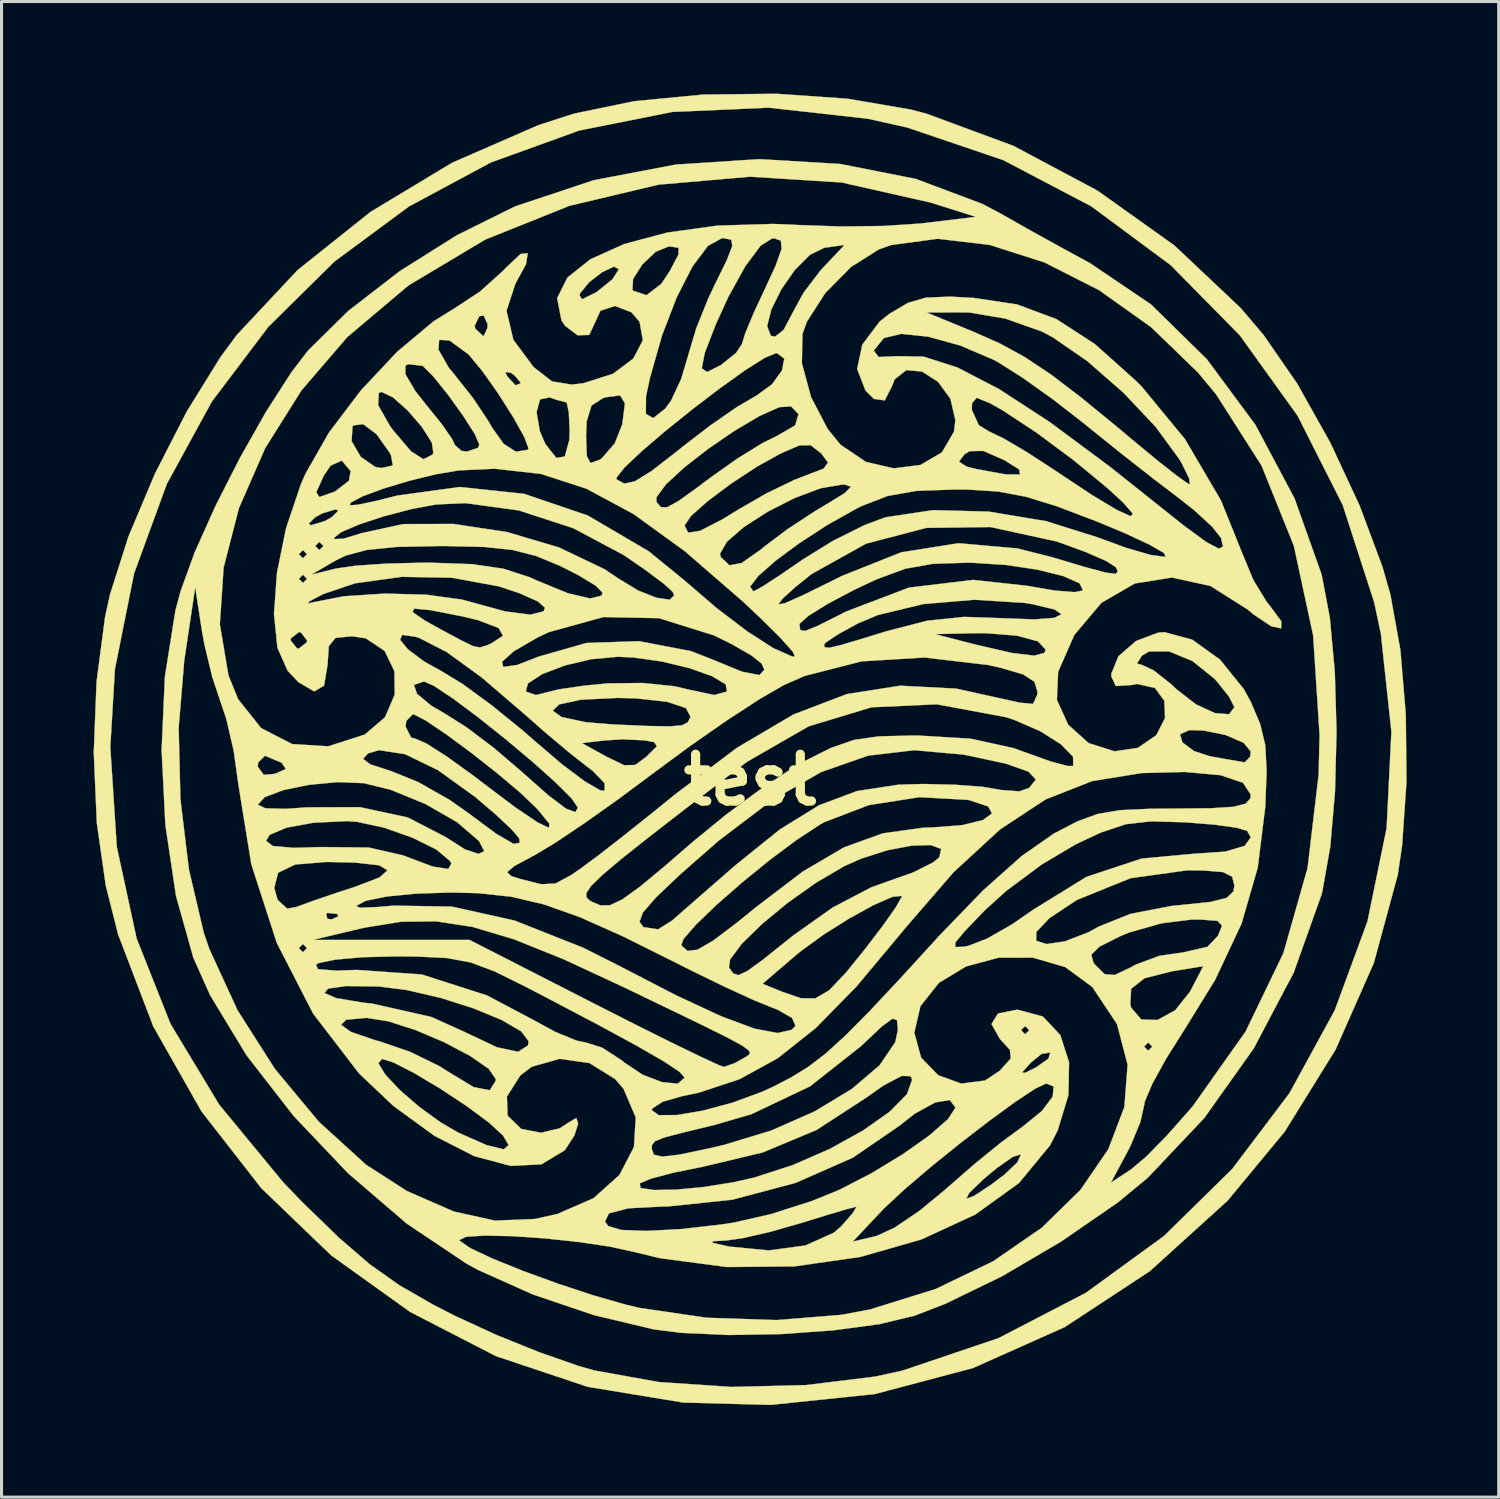
<source format=kicad_pcb>
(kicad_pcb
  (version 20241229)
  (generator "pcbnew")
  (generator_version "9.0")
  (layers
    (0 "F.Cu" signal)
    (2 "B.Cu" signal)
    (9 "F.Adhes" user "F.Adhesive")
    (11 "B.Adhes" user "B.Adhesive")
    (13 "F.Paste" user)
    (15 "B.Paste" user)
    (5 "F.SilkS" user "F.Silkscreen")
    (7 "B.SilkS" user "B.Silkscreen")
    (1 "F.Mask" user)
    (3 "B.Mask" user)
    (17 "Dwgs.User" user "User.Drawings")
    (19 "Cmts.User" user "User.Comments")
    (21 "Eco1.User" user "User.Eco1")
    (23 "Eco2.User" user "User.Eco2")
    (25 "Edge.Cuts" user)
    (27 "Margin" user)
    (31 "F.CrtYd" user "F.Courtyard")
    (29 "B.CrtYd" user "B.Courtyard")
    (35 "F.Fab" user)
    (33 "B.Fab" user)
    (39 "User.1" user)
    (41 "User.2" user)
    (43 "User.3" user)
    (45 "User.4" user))
  (footprint "test"
    (layer "F.Cu")
    (at 21.391 22.358)
    (property "Reference" "test" (at 0 0 0) (layer "F.SilkS") (effects (font (size 1.524 1.524) (thickness 0.3))))
    (attr through_hole)
    (fp_poly (pts (xy 3.173 -22.191) (xy 5.229 -21.839) (xy 5.733 -21.707) (xy 8.581 -20.654) (xy 11.316 -19.196) (xy 13.821 -17.411) (xy 15.976 -15.376) (xy 16.724 -14.497) (xy 17.824 -12.906) (xy 18.901 -10.983) (xy 19.859 -8.926) (xy 20.602 -6.932) (xy 20.857 -6.04) (xy 21.184 -4.229) (xy 21.36 -2.12) (xy 21.381 0.072) (xy 21.24 2.13) (xy 21.098 3.092) (xy 20.319 5.963) (xy 19.07 8.791) (xy 17.413 11.462) (xy 15.553 13.71) (xy 13.018 16.008) (xy 10.249 17.827) (xy 7.259 19.162) (xy 4.06 20.01) (xy 0.667 20.363) (xy -2.179 20.287) (xy -5.299 19.773) (xy -8.282 18.775) (xy -11.079 17.335) (xy -13.643 15.498) (xy -15.924 13.307) (xy -17.875 10.804) (xy -19.447 8.033) (xy -20.592 5.038) (xy -20.994 3.451) (xy -21.287 1.4) (xy -21.386 -0.889) (xy -21.379 -1.069) (xy -20.848 -1.069) (xy -20.636 2.18) (xy -19.99 5.167) (xy -18.887 7.948) (xy -17.303 10.577) (xy -15.215 13.112) (xy -14.572 13.777) (xy -13.392 14.923) (xy -12.398 15.78) (xy -11.431 16.465) (xy -10.331 17.097) (xy -9.625 17.459) (xy -8.296 18.072) (xy -6.872 18.648) (xy -5.581 19.098) (xy -5.08 19.241) (xy -2.976 19.619) (xy -0.604 19.778) (xy 1.818 19.718) (xy 4.071 19.441) (xy 4.97 19.244) (xy 8.09 18.188) (xy 10.938 16.711) (xy 13.485 14.858) (xy 15.705 12.675) (xy 17.568 10.209) (xy 19.046 7.506) (xy 20.111 4.61) (xy 20.735 1.57) (xy 20.89 -1.571) (xy 20.547 -4.765) (xy 20.331 -5.779) (xy 19.306 -8.951) (xy 17.833 -11.865) (xy 15.952 -14.483) (xy 13.701 -16.768) (xy 11.12 -18.682) (xy 8.248 -20.19) (xy 5.123 -21.252) (xy 3.832 -21.54) (xy 0.609 -21.9) (xy -2.538 -21.761) (xy -5.569 -21.156) (xy -8.441 -20.119) (xy -11.115 -18.684) (xy -13.549 -16.885) (xy -15.703 -14.755) (xy -17.536 -12.33) (xy -19.006 -9.642) (xy -20.073 -6.725) (xy -20.696 -3.614) (xy -20.848 -1.069) (xy -21.379 -1.069) (xy -21.295 -3.2) (xy -21.017 -5.312) (xy -20.857 -6.04) (xy -20.255 -7.931) (xy -19.39 -9.981) (xy -18.359 -11.995) (xy -17.259 -13.773) (xy -16.724 -14.497) (xy -14.745 -16.61) (xy -12.367 -18.506) (xy -9.711 -20.106) (xy -6.895 -21.333) (xy -5.733 -21.707) (xy -3.783 -22.111) (xy -1.523 -22.327) (xy 0.859 -22.353) (xy 3.173 -22.191)) (stroke (width 0.01) (type solid)) (fill yes) (layer "F.SilkS"))
    (fp_poly (pts (xy 2.932 -20.066) (xy 5.392 -19.58) (xy 7.567 -18.764) (xy 8.16 -18.449) (xy 9.16 -17.883) (xy 10.322 -17.241) (xy 11.062 -16.841) (xy 13.057 -15.491) (xy 14.877 -13.706) (xy 16.458 -11.57) (xy 17.734 -9.171) (xy 18.619 -6.684) (xy 18.885 -5.279) (xy 19.047 -3.521) (xy 19.103 -1.58) (xy 19.054 0.373) (xy 18.9 2.168) (xy 18.641 3.633) (xy 18.612 3.743) (xy 17.707 6.281) (xy 16.404 8.752) (xy 14.789 11.023) (xy 12.95 12.965) (xy 11.984 13.763) (xy 10.134 15.039) (xy 8.199 16.175) (xy 6.351 17.072) (xy 5.358 17.456) (xy 4.211 17.732) (xy 2.706 17.934) (xy 1.015 18.056) (xy -0.69 18.086) (xy -2.235 18.017) (xy -3.145 17.902) (xy -5.094 17.437) (xy -7.083 16.764) (xy -8.857 15.97) (xy -9.241 15.761) (xy -10.39 14.991) (xy -9.474 14.991) (xy -9.466 15.014) (xy -9.124 15.253) (xy -8.393 15.598) (xy -7.397 16) (xy -6.259 16.415) (xy -5.104 16.796) (xy -4.054 17.097) (xy -3.609 17.203) (xy -1.419 17.524) (xy 0.853 17.6) (xy 2.983 17.428) (xy 3.916 17.251) (xy 6.042 16.587) (xy 7.913 15.686) (xy 9.496 14.595) (xy 10.758 13.362) (xy 11.668 12.033) (xy 12.191 10.657) (xy 12.296 9.281) (xy 12.142 8.689) (xy 12.834 8.689) (xy 12.967 8.823) (xy 13.101 8.689) (xy 12.967 8.556) (xy 12.834 8.689) (xy 12.142 8.689) (xy 11.949 7.952) (xy 11.527 7.319) (xy 12.383 7.319) (xy 12.412 7.421) (xy 12.744 7.808) (xy 13.271 7.822) (xy 13.849 7.504) (xy 14.335 6.893) (xy 14.342 6.879) (xy 14.76 6.071) (xy 13.753 6.234) (xy 12.848 6.462) (xy 12.412 6.805) (xy 12.383 7.319) (xy 11.527 7.319) (xy 11.147 6.748) (xy 10.265 6.099) (xy 9.21 5.791) (xy 8.094 5.793) (xy 7.035 6.077) (xy 6.148 6.613) (xy 5.547 7.37) (xy 5.347 8.237) (xy 5.568 9.048) (xy 6.127 9.623) (xy 6.874 9.895) (xy 7.654 9.795) (xy 8.042 9.536) (xy 8.854 9.536) (xy 8.957 9.544) (xy 9.314 9.367) (xy 9.719 9.08) (xy 9.775 8.884) (xy 9.495 8.927) (xy 9.151 9.205) (xy 8.854 9.536) (xy 8.042 9.536) (xy 8.136 9.472) (xy 8.488 9.077) (xy 8.462 8.796) (xy 8.138 8.443) (xy 7.974 8.155) (xy 8.823 8.155) (xy 8.957 8.288) (xy 9.091 8.155) (xy 8.957 8.021) (xy 8.823 8.155) (xy 7.974 8.155) (xy 7.862 7.956) (xy 8.072 7.613) (xy 8.705 7.486) (xy 9.535 7.71) (xy 10.104 8.314) (xy 10.389 9.201) (xy 10.367 10.272) (xy 10.015 11.429) (xy 9.765 11.912) (xy 8.758 13.134) (xy 7.333 14.162) (xy 5.58 14.972) (xy 3.587 15.543) (xy 1.444 15.85) (xy -0.761 15.871) (xy -2.938 15.584) (xy -3.743 15.388) (xy -4.575 15.206) (xy -5.598 15.054) (xy -5.796 15.033) (xy -1.231 15.033) (xy -1.212 15.085) (xy -0.688 15.205) (xy 0.606 15.33) (xy 1.801 15.169) (xy 2.081 15.043) (xy 3.342 15.043) (xy 4.126 14.857) (xy 4.709 14.586) (xy 5.503 14.049) (xy 5.994 13.646) (xy 7.041 13.646) (xy 7.294 13.554) (xy 7.836 13.199) (xy 8.284 12.86) (xy 8.703 12.463) (xy 8.82 12.208) (xy 8.813 12.2) (xy 8.555 12.283) (xy 8.039 12.644) (xy 7.614 12.997) (xy 7.131 13.464) (xy 7.041 13.646) (xy 5.994 13.646) (xy 6.344 13.359) (xy 6.394 13.313) (xy 7.29 12.531) (xy 8.192 11.798) (xy 8.886 11.29) (xy 9.504 10.787) (xy 9.857 10.318) (xy 9.887 9.988) (xy 9.642 9.893) (xy 9.295 10.054) (xy 8.644 10.485) (xy 7.791 11.107) (xy 6.837 11.842) (xy 5.885 12.61) (xy 5.035 13.334) (xy 4.39 13.933) (xy 4.278 14.048) (xy 3.342 15.043) (xy 2.081 15.043) (xy 2.73 14.751) (xy 2.965 14.546) (xy 3.341 14.115) (xy 3.464 13.91) (xy 3.456 13.907) (xy 3.162 13.982) (xy 2.503 14.177) (xy 1.647 14.441) (xy 0.651 14.725) (xy -0.24 14.93) (xy -0.759 15.004) (xy -1.231 15.033) (xy -5.796 15.033) (xy -6.694 14.938) (xy -7.746 14.866) (xy -8.639 14.846) (xy -9.254 14.885) (xy -9.474 14.991) (xy -10.39 14.991) (xy -11.192 14.455) (xy -11.268 14.389) (xy -4.731 14.389) (xy -4.627 14.534) (xy -4.206 14.663) (xy -3.374 14.695) (xy -2.247 14.635) (xy -0.939 14.485) (xy -0.535 14.424) (xy 0.684 14.146) (xy 2.023 13.716) (xy 2.9 13.359) (xy 3.957 12.813) (xy 4.972 12.196) (xy 5.837 11.585) (xy 6.443 11.055) (xy 6.684 10.684) (xy 6.684 10.672) (xy 6.502 10.43) (xy 6.027 10.509) (xy 5.364 10.874) (xy 4.862 11.268) (xy 3.342 12.31) (xy 1.473 13.132) (xy -0.588 13.679) (xy -2.682 13.898) (xy -2.858 13.9) (xy -3.971 13.958) (xy -4.602 14.124) (xy -4.731 14.389) (xy -11.268 14.389) (xy -13.102 12.815) (xy -14.872 10.953) (xy -16.404 8.981) (xy -17.598 7.011) (xy -18.143 5.789) (xy -18.706 3.784) (xy -19.053 1.472) (xy -19.176 -0.968) (xy -19.143 -1.698) (xy -18.62 -1.698) (xy -18.563 0.634) (xy -18.286 2.921) (xy -17.807 4.963) (xy -17.624 5.504) (xy -16.703 7.505) (xy -15.482 9.421) (xy -14.055 11.137) (xy -12.517 12.537) (xy -11.189 13.393) (xy -9.657 14.063) (xy -8.32 14.359) (xy -7.017 14.306) (xy -6.283 14.144) (xy -5.104 13.629) (xy -4.563 13.144) (xy -3.596 13.144) (xy -3.574 13.296) (xy -3.142 13.362) (xy -2.416 13.35) (xy -1.515 13.264) (xy -0.554 13.111) (xy 0.124 12.959) (xy 1.386 12.551) (xy 2.601 12.02) (xy 3.684 11.42) (xy 4.548 10.809) (xy 5.107 10.241) (xy 5.275 9.773) (xy 5.232 9.654) (xy 4.936 9.644) (xy 4.339 9.959) (xy 3.8 10.34) (xy 2.162 11.406) (xy 0.409 12.138) (xy -1.549 12.605) (xy -2.493 12.796) (xy -3.231 12.991) (xy -3.596 13.144) (xy -4.563 13.144) (xy -4.258 12.87) (xy -3.819 12.023) (xy -3.208 12.023) (xy -3.14 12.211) (xy -2.871 12.275) (xy -2.31 12.21) (xy -1.363 12.012) (xy -0.861 11.895) (xy 0.689 11.424) (xy 2.109 10.797) (xy 3.312 10.07) (xy 4.214 9.301) (xy 4.727 8.546) (xy 4.813 8.137) (xy 4.782 7.825) (xy 4.633 7.78) (xy 4.282 8.039) (xy 3.645 8.641) (xy 3.609 8.676) (xy 1.949 9.985) (xy 0.041 10.892) (xy -1.203 11.253) (xy -2.212 11.495) (xy -2.809 11.654) (xy -3.102 11.773) (xy -3.199 11.894) (xy -3.208 12.023) (xy -3.819 12.023) (xy -3.787 11.962) (xy -3.729 10.996) (xy -3.829 10.761) (xy -3.208 10.761) (xy -2.98 10.923) (xy -2.378 10.919) (xy -1.529 10.774) (xy -0.561 10.512) (xy 0.4 10.157) (xy 0.739 10.002) (xy 1.348 9.687) (xy 1.898 9.346) (xy 2.458 8.917) (xy 3.097 8.336) (xy 3.883 7.543) (xy 4.885 6.474) (xy 5.598 5.694) (xy 11.112 5.694) (xy 11.185 5.959) (xy 11.23 6.017) (xy 11.549 6.33) (xy 11.88 6.356) (xy 12.425 6.096) (xy 12.566 6.016) (xy 13.335 5.732) (xy 14.094 5.624) (xy 14.896 5.44) (xy 15.24 5.08) (xy 15.372 4.747) (xy 15.223 4.593) (xy 14.685 4.551) (xy 14.38 4.551) (xy 13.396 4.674) (xy 12.344 4.973) (xy 12.067 5.087) (xy 11.378 5.434) (xy 11.112 5.694) (xy 5.598 5.694) (xy 5.824 5.447) (xy 6.682 5.447) (xy 6.957 5.436) (xy 7.108 5.408) (xy 7.537 5.242) (xy 9.319 5.242) (xy 9.658 5.349) (xy 10.252 5.262) (xy 11.015 4.967) (xy 11.356 4.781) (xy 12.384 4.367) (xy 13.724 4.108) (xy 14.045 4.076) (xy 14.995 3.977) (xy 15.524 3.844) (xy 15.744 3.636) (xy 15.775 3.439) (xy 15.703 3.155) (xy 15.407 3.005) (xy 14.763 2.951) (xy 14.237 2.947) (xy 12.393 3.203) (xy 10.645 3.911) (xy 9.749 4.505) (xy 9.321 4.956) (xy 9.319 5.242) (xy 7.537 5.242) (xy 7.717 5.172) (xy 8.535 4.705) (xy 9.205 4.24) (xy 10.955 3.16) (xy 12.757 2.564) (xy 14.47 2.406) (xy 15.479 2.338) (xy 16.112 2.15) (xy 16.309 1.869) (xy 16.188 1.661) (xy 15.852 1.56) (xy 15.133 1.46) (xy 14.186 1.383) (xy 14.144 1.381) (xy 13.053 1.351) (xy 12.234 1.445) (xy 11.427 1.715) (xy 10.616 2.094) (xy 9.493 2.76) (xy 8.341 3.618) (xy 7.662 4.232) (xy 7 4.917) (xy 6.685 5.298) (xy 6.682 5.447) (xy 5.824 5.447) (xy 6.172 5.066) (xy 6.174 5.064) (xy 7.582 3.607) (xy 8.846 2.481) (xy 9.898 1.747) (xy 9.917 1.737) (xy 10.667 1.349) (xy 11.321 1.111) (xy 12.055 0.987) (xy 13.042 0.941) (xy 13.836 0.936) (xy 15.009 0.924) (xy 15.745 0.877) (xy 16.14 0.777) (xy 16.293 0.606) (xy 16.309 0.48) (xy 16.057 0.096) (xy 15.324 -0.153) (xy 14.153 -0.258) (xy 12.754 -0.222) (xy 11.141 0.039) (xy 9.625 0.636) (xy 8.141 1.613) (xy 6.624 3.011) (xy 5.012 4.874) (xy 4.936 4.97) (xy 3.458 6.737) (xy 2.138 8.084) (xy 0.897 9.069) (xy -0.344 9.75) (xy -1.662 10.187) (xy -2.206 10.302) (xy -2.849 10.485) (xy -3.191 10.707) (xy -3.208 10.761) (xy -3.829 10.761) (xy -4.125 10.067) (xy -4.399 9.747) (xy -5.239 9.225) (xy -6.207 9.088) (xy -7.113 9.344) (xy -7.486 9.625) (xy -7.926 10.317) (xy -7.903 10.94) (xy -7.46 11.371) (xy -6.818 11.497) (xy -6.204 11.352) (xy -5.936 11.176) (xy -5.666 11.016) (xy -5.603 11.2) (xy -5.728 11.587) (xy -6.021 12.037) (xy -6.057 12.077) (xy -6.802 12.525) (xy -7.802 12.577) (xy -8.986 12.26) (xy -10.283 11.6) (xy -11.622 10.625) (xy -12.74 9.568) (xy -12.998 9.232) (xy -12.114 9.232) (xy -11.892 9.598) (xy -11.419 10.101) (xy -10.784 10.652) (xy -10.079 11.163) (xy -9.51 11.493) (xy -8.584 11.901) (xy -8.027 12.037) (xy -7.869 11.898) (xy -8.055 11.584) (xy -8.511 11.165) (xy -9.241 10.625) (xy -10.101 10.057) (xy -10.948 9.551) (xy -11.636 9.2) (xy -11.992 9.091) (xy -12.114 9.232) (xy -12.998 9.232) (xy -13.961 7.978) (xy -13.329 7.978) (xy -13.012 8.209) (xy -12.233 8.477) (xy -12.069 8.52) (xy -11.075 8.862) (xy -10.131 9.323) (xy -9.863 9.494) (xy -9.008 10.01) (xy -8.485 10.112) (xy -8.29 9.803) (xy -8.288 9.748) (xy -8.521 9.412) (xy -9.128 8.991) (xy -9.968 8.548) (xy -10.903 8.15) (xy -11.794 7.864) (xy -12.499 7.754) (xy -13.164 7.815) (xy -13.329 7.978) (xy -13.961 7.978) (xy -14.238 7.618) (xy -14.584 6.945) (xy -13.869 6.945) (xy -13.485 7.111) (xy -12.588 7.261) (xy -12.318 7.288) (xy -10.388 7.724) (xy -9.31 8.211) (xy -8.255 8.71) (xy -7.559 8.858) (xy -7.239 8.652) (xy -7.219 8.512) (xy -7.461 8.192) (xy -8.103 7.819) (xy -9.021 7.441) (xy -10.088 7.102) (xy -11.179 6.849) (xy -12.098 6.731) (xy -13.161 6.717) (xy -13.756 6.801) (xy -13.869 6.945) (xy -14.584 6.945) (xy -15.061 6.016) (xy -14.145 6.016) (xy -14.083 6.166) (xy -13.497 6.215) (xy -12.803 6.192) (xy -10.699 6.34) (xy -8.579 7.021) (xy -7.148 7.777) (xy -6.345 8.213) (xy -5.654 8.496) (xy -5.358 8.556) (xy -4.822 8.725) (xy -4.181 9.14) (xy -4.092 9.216) (xy -3.5 9.609) (xy -2.869 9.849) (xy -2.362 9.896) (xy -2.142 9.711) (xy -2.141 9.692) (xy -2.302 9.511) (xy -2.805 9.176) (xy -3.681 8.67) (xy -4.963 7.974) (xy -6.683 7.069) (xy -7.353 6.721) (xy -8.326 6.24) (xy -9.095 5.951) (xy -9.871 5.805) (xy -10.86 5.755) (xy -11.55 5.75) (xy -12.632 5.778) (xy -13.514 5.856) (xy -14.057 5.967) (xy -14.145 6.016) (xy -15.061 6.016) (xy -15.336 5.481) (xy -14.705 5.481) (xy -14.572 5.615) (xy -14.438 5.481) (xy -14.572 5.347) (xy -14.705 5.481) (xy -15.336 5.481) (xy -15.424 5.309) (xy -15.455 5.214) (xy -14.248 5.214) (xy -9.144 5.214) (xy -5.091 7.286) (xy -3.747 7.968) (xy -2.569 8.555) (xy -1.639 9.007) (xy -1.04 9.284) (xy -0.854 9.354) (xy -0.491 9.223) (xy -0.275 9.101) (xy -0.108 9.006) (xy -0.008 8.925) (xy -0.034 8.824) (xy -0.245 8.667) (xy -0.701 8.417) (xy -1.458 8.039) (xy -2.577 7.497) (xy -4.116 6.756) (xy -4.144 6.742) (xy -6.097 5.836) (xy -7.697 5.193) (xy -9.043 4.791) (xy -10.235 4.608) (xy -11.373 4.622) (xy -12.556 4.813) (xy -12.806 4.87) (xy -14.248 5.214) (xy -15.455 5.214) (xy -15.729 4.367) (xy -13.814 4.367) (xy -13.777 4.526) (xy -13.636 4.545) (xy -13.416 4.447) (xy -13.458 4.367) (xy -13.775 4.335) (xy -13.814 4.367) (xy -15.729 4.367) (xy -16.005 3.516) (xy -15.505 3.516) (xy -15.4 3.905) (xy -15.081 4.197) (xy -14.77 4.138) (xy -14.687 4.107) (xy -12.84 4.107) (xy -12.717 4.166) (xy -12.143 4.142) (xy -11.626 4.097) (xy -9.723 4.129) (xy -7.68 4.581) (xy -5.443 5.468) (xy -4.285 6.051) (xy -2.416 7.018) (xy -0.954 7.698) (xy 0.137 8.104) (xy 0.895 8.248) (xy 1.354 8.143) (xy 1.475 8.014) (xy 1.367 7.759) (xy 0.884 7.482) (xy 0.755 7.434) (xy 0.12 7.176) (xy -0.826 6.743) (xy -1.03 6.643) (xy 0.401 6.643) (xy 1.069 6.914) (xy 1.662 7.116) (xy 2.123 7.118) (xy 2.571 6.858) (xy 3.125 6.275) (xy 3.713 5.548) (xy 4.317 4.758) (xy 4.75 4.143) (xy 4.938 3.808) (xy 4.937 3.779) (xy 4.631 3.811) (xy 4.019 4.08) (xy 3.233 4.512) (xy 2.402 5.034) (xy 1.657 5.574) (xy 1.471 5.727) (xy 0.401 6.643) (xy -1.03 6.643) (xy -1.918 6.211) (xy -2.117 6.111) (xy -0.692 6.111) (xy -0.553 6.308) (xy -0.385 6.362) (xy -0.095 6.229) (xy 0.41 5.862) (xy 1.222 5.214) (xy 1.402 5.069) (xy 2.694 4.155) (xy 3.943 3.502) (xy 4.456 3.318) (xy 5.299 3.02) (xy 5.947 2.697) (xy 6.16 2.528) (xy 6.222 2.249) (xy 5.886 2.124) (xy 5.265 2.142) (xy 4.47 2.293) (xy 3.613 2.567) (xy 3.06 2.814) (xy 2.149 3.348) (xy 1.226 4.002) (xy 0.388 4.693) (xy -0.271 5.337) (xy -0.653 5.848) (xy -0.692 6.111) (xy -2.117 6.111) (xy -2.403 5.966) (xy -3.562 5.389) (xy -2.247 5.389) (xy -2.042 5.572) (xy -1.72 5.534) (xy -1.205 5.237) (xy -0.416 4.64) (xy 0.179 4.156) (xy 1.713 2.987) (xy 3.055 2.2) (xy 4.322 1.742) (xy 5.632 1.559) (xy 5.911 1.551) (xy 6.905 1.476) (xy 7.578 1.311) (xy 7.878 1.094) (xy 7.754 0.866) (xy 7.156 0.665) (xy 7.08 0.65) (xy 5.513 0.564) (xy 3.871 0.821) (xy 2.415 1.376) (xy 2.273 1.456) (xy 1.51 1.957) (xy 0.631 2.615) (xy -0.271 3.348) (xy -1.101 4.076) (xy -1.766 4.715) (xy -2.173 5.186) (xy -2.247 5.389) (xy -3.562 5.389) (xy -4.141 5.101) (xy -5.213 4.622) (xy -3.608 4.622) (xy -3.48 4.798) (xy -2.999 4.869) (xy -2.544 4.582) (xy -2.079 4.175) (xy -1.359 3.547) (xy -0.534 2.828) (xy -0.467 2.77) (xy 0.974 1.61) (xy 2.245 0.827) (xy 3.484 0.363) (xy 4.827 0.158) (xy 5.615 0.134) (xy 6.669 0.159) (xy 7.567 0.225) (xy 8.128 0.319) (xy 8.155 0.328) (xy 8.772 0.374) (xy 9.091 0.261) (xy 9.306 -0.012) (xy 9.064 -0.27) (xy 8.34 -0.526) (xy 7.108 -0.792) (xy 6.929 -0.825) (xy 5.35 -0.967) (xy 3.837 -0.788) (xy 2.317 -0.257) (xy 0.72 0.656) (xy -1.028 1.981) (xy -2.273 3.073) (xy -3.066 3.826) (xy -3.494 4.319) (xy -3.608 4.622) (xy -5.213 4.622) (xy -5.538 4.477) (xy -6.71 4.059) (xy -7.773 3.809) (xy -8.842 3.691) (xy -9.114 3.685) (xy -5.338 3.685) (xy -5.333 3.833) (xy -5.213 3.941) (xy -5.167 3.967) (xy -4.874 4.091) (xy -4.567 4.083) (xy -4.165 3.894) (xy -3.589 3.479) (xy -2.759 2.79) (xy -1.872 2.021) (xy -0.79 1.136) (xy 0.369 0.28) (xy 1.411 -0.405) (xy 1.738 -0.593) (xy 2.632 -1.042) (xy 3.378 -1.301) (xy 4.193 -1.418) (xy 5.293 -1.445) (xy 5.481 -1.444) (xy 7.187 -1.341) (xy 8.572 -1.037) (xy 9.01 -0.88) (xy 9.79 -0.6) (xy 10.348 -0.452) (xy 10.525 -0.455) (xy 10.518 -0.757) (xy 10.12 -1.163) (xy 9.444 -1.589) (xy 8.601 -1.955) (xy 8.323 -2.045) (xy 6.08 -2.462) (xy 3.95 -2.364) (xy 1.903 -1.744) (xy -0.09 -0.597) (xy -0.451 -0.33) (xy -2.072 0.912) (xy -3.311 1.872) (xy -4.213 2.589) (xy -4.822 3.103) (xy -5.182 3.455) (xy -5.338 3.685) (xy -9.114 3.685) (xy -9.759 3.669) (xy -10.867 3.705) (xy -11.842 3.8) (xy -12.499 3.934) (xy -12.566 3.959) (xy -12.84 4.107) (xy -14.687 4.107) (xy -14.261 3.949) (xy -13.455 3.674) (xy -12.868 3.483) (xy -12.077 3.179) (xy -11.884 3.007) (xy -7.919 3.007) (xy -7.779 3.137) (xy -7.486 3.23) (xy -6.801 3.402) (xy -6.341 3.375) (xy -5.836 3.103) (xy -5.522 2.888) (xy -4.959 2.47) (xy -4.115 1.814) (xy -3.122 1.022) (xy -2.442 0.47) (xy -0.426 -1.049) (xy 1.409 -2.13) (xy 3.151 -2.795) (xy 4.888 -3.068) (xy 6.709 -2.973) (xy 8.701 -2.534) (xy 8.756 -2.518) (xy 9.216 -2.475) (xy 9.356 -2.785) (xy 9.358 -2.873) (xy 9.261 -3.196) (xy 8.895 -3.436) (xy 8.15 -3.655) (xy 7.756 -3.743) (xy 5.679 -3.986) (xy 3.631 -3.862) (xy 1.773 -3.386) (xy 1.092 -3.087) (xy 0.304 -2.631) (xy -0.76 -1.938) (xy -1.96 -1.102) (xy -3.12 -0.246) (xy -4.277 0.615) (xy -5.396 1.409) (xy -6.349 2.048) (xy -7.011 2.445) (xy -7.019 2.449) (xy -7.683 2.806) (xy -7.919 3.007) (xy -11.884 3.007) (xy -11.816 2.946) (xy -12.082 2.784) (xy -12.876 2.694) (xy -13.8 2.674) (xy -14.825 2.757) (xy -15.38 3.027) (xy -15.505 3.516) (xy -16.005 3.516) (xy -16.254 2.746) (xy -16.378 1.981) (xy -15.775 1.981) (xy -15.557 2.153) (xy -14.88 2.215) (xy -13.966 2.188) (xy -12.426 2.205) (xy -11.3 2.461) (xy -11.226 2.492) (xy -10.347 2.823) (xy -9.835 2.903) (xy -9.735 2.725) (xy -9.776 2.646) (xy -10.222 2.27) (xy -11.005 1.882) (xy -11.935 1.555) (xy -12.822 1.365) (xy -13.134 1.343) (xy -14.226 1.397) (xy -15.105 1.556) (xy -15.653 1.79) (xy -15.775 1.981) (xy -16.378 1.981) (xy -16.568 0.808) (xy -16.042 0.808) (xy -15.797 0.926) (xy -15.132 0.945) (xy -14.447 0.895) (xy -12.714 0.889) (xy -11.155 1.224) (xy -9.91 1.868) (xy -9.891 1.882) (xy -9.294 2.262) (xy -8.85 2.412) (xy -8.665 2.322) (xy -8.836 1.99) (xy -9.552 1.377) (xy -10.582 0.785) (xy -11.714 0.321) (xy -12.591 0.107) (xy -13.437 0.073) (xy -14.359 0.159) (xy -15.203 0.332) (xy -15.816 0.562) (xy -16.042 0.808) (xy -16.568 0.808) (xy -16.677 0.134) (xy -16.755 -0.426) (xy -16.042 -0.426) (xy -15.846 -0.164) (xy -15.485 -0.196) (xy -15.127 -0.354) (xy -15.263 -0.554) (xy -15.284 -0.568) (xy -15.565 -0.684) (xy -12.614 -0.684) (xy -12.376 -0.506) (xy -11.697 -0.286) (xy -10.811 0.074) (xy -9.804 0.645) (xy -9.198 1.071) (xy -8.264 1.763) (xy -7.702 2.087) (xy -7.501 2.048) (xy -7.531 1.898) (xy -7.771 1.614) (xy -8.308 1.112) (xy -8.951 0.562) (xy -10.174 -0.318) (xy -11.242 -0.837) (xy -12.092 -0.968) (xy -12.45 -0.862) (xy -12.614 -0.684) (xy -15.565 -0.684) (xy -15.807 -0.785) (xy -16.03 -0.57) (xy -16.042 -0.426) (xy -16.755 -0.426) (xy -16.827 -0.942) (xy -17.063 -1.97) (xy -17.231 -2.468) (xy -17.525 -3.348) (xy -17.783 -4.417) (xy -17.865 -4.874) (xy -17.895 -5.07) (xy -17.279 -5.07) (xy -16.998 -3.401) (xy -16.68 -2.623) (xy -15.933 -1.686) (xy -14.921 -1.167) (xy -13.749 -1.093) (xy -12.557 -1.475) (xy -12.25 -1.738) (xy -11.229 -1.738) (xy -11.049 -1.383) (xy -10.893 -1.337) (xy -10.542 -1.181) (xy -9.891 -0.766) (xy -9.058 -0.167) (xy -8.687 0.116) (xy -7.651 0.896) (xy -6.932 1.382) (xy -6.555 1.563) (xy -6.543 1.429) (xy -6.919 0.968) (xy -6.972 0.911) (xy -7.508 0.402) (xy -8.256 -0.228) (xy -9.095 -0.888) (xy -9.905 -1.486) (xy -10.567 -1.932) (xy -10.96 -2.135) (xy -10.989 -2.139) (xy -11.202 -1.922) (xy -11.229 -1.738) (xy -12.25 -1.738) (xy -11.896 -2.041) (xy -11.581 -2.778) (xy -11.585 -3.096) (xy -10.954 -3.096) (xy -10.857 -2.807) (xy -10.385 -2.413) (xy -9.959 -2.167) (xy -9.246 -1.717) (xy -8.35 -1.04) (xy -7.486 -0.302) (xy -6.581 0.499) (xy -5.998 0.94) (xy -5.692 1.051) (xy -5.615 0.903) (xy -5.813 0.608) (xy -6.341 0.082) (xy -7.094 -0.591) (xy -7.969 -1.326) (xy -8.865 -2.04) (xy -9.677 -2.647) (xy -10.303 -3.063) (xy -10.628 -3.206) (xy -10.954 -3.096) (xy -11.585 -3.096) (xy -11.592 -3.544) (xy -11.911 -4.202) (xy -12.445 -4.56) (xy -11.405 -4.56) (xy -11.142 -4.243) (xy -10.61 -3.849) (xy -10.083 -3.558) (xy -9.38 -3.131) (xy -8.447 -2.45) (xy -7.44 -1.634) (xy -6.988 -1.24) (xy -6.129 -0.507) (xy -5.4 0.041) (xy -4.899 0.335) (xy -4.742 0.357) (xy -4.743 0.109) (xy -5.128 -0.29) (xy -5.24 -0.375) (xy -5.855 -0.856) (xy -6.262 -1.198) (xy -5.481 -1.198) (xy -4.679 -0.755) (xy -4.106 -0.478) (xy -3.745 -0.485) (xy -3.378 -0.757) (xy -3.041 -1.093) (xy -3.128 -1.23) (xy -3.441 -1.288) (xy -4.146 -1.322) (xy -4.742 -1.285) (xy -5.481 -1.198) (xy -6.262 -1.198) (xy -6.667 -1.538) (xy -7.352 -2.141) (xy -7.487 -2.256) (xy -6.434 -2.256) (xy -6.148 -2.048) (xy -5.353 -1.878) (xy -4.478 -1.806) (xy -3.336 -1.756) (xy -2.619 -1.744) (xy -2.222 -1.779) (xy -2.035 -1.873) (xy -1.951 -2.035) (xy -1.944 -2.055) (xy -2.093 -2.34) (xy -2.71 -2.546) (xy -3.732 -2.656) (xy -4.323 -2.67) (xy -5.514 -2.612) (xy -6.221 -2.459) (xy -6.434 -2.256) (xy -7.487 -2.256) (xy -8.214 -2.879) (xy -7.314 -2.879) (xy -6.981 -2.764) (xy -6.724 -2.828) (xy -6.23 -2.95) (xy -5.403 -3.07) (xy -4.639 -3.143) (xy -3.506 -3.157) (xy -2.462 -3.05) (xy -2.007 -2.942) (xy -1.169 -2.764) (xy -0.756 -2.88) (xy -0.797 -3.113) (xy -1.245 -3.38) (xy -1.978 -3.64) (xy -2.873 -3.856) (xy -3.808 -3.988) (xy -4.316 -4.011) (xy -5.178 -3.931) (xy -6.043 -3.726) (xy -6.776 -3.446) (xy -7.241 -3.142) (xy -7.314 -2.879) (xy -8.214 -2.879) (xy -8.764 -3.35) (xy -9.448 -3.846) (xy -8.087 -3.846) (xy -8.047 -3.679) (xy -7.587 -3.745) (xy -6.879 -4.02) (xy -5.332 -4.461) (xy -3.617 -4.518) (xy -1.934 -4.196) (xy -1.203 -3.91) (xy -0.26 -3.522) (xy 0.304 -3.414) (xy 0.461 -3.588) (xy 0.373 -3.789) (xy 0.05 -4.048) (xy -0.6 -4.422) (xy -1.169 -4.704) (xy -2.969 -5.268) (xy -4.78 -5.305) (xy -6.554 -4.815) (xy -6.9 -4.655) (xy -7.705 -4.189) (xy -8.087 -3.846) (xy -9.448 -3.846) (xy -9.89 -4.166) (xy -10.773 -4.62) (xy -10.894 -4.661) (xy -11.34 -4.725) (xy -11.405 -4.56) (xy -12.445 -4.56) (xy -12.52 -4.611) (xy -12.978 -4.679) (xy -13.51 -4.626) (xy -13.728 -4.358) (xy -13.77 -3.743) (xy -13.883 -3.071) (xy -14.206 -2.883) (xy -14.718 -3.183) (xy -15.07 -3.554) (xy -15.403 -4.304) (xy -15.427 -4.545) (xy -14.973 -4.545) (xy -14.769 -4.286) (xy -14.705 -4.278) (xy -14.446 -4.481) (xy -14.438 -4.545) (xy -14.641 -4.805) (xy -14.705 -4.813) (xy -14.965 -4.609) (xy -14.973 -4.545) (xy -15.427 -4.545) (xy -15.515 -5.411) (xy -15.511 -5.47) (xy -11.003 -5.47) (xy -10.601 -5.191) (xy -10.16 -4.946) (xy -9.432 -4.554) (xy -9.03 -4.358) (xy -8.805 -4.313) (xy -8.606 -4.374) (xy -8.444 -4.44) (xy -8.054 -4.694) (xy -8.197 -4.949) (xy -8.871 -5.205) (xy -9.371 -5.325) (xy -10.406 -5.529) (xy -10.944 -5.58) (xy -11.003 -5.47) (xy -15.511 -5.47) (xy -15.49 -5.745) (xy -14.415 -5.745) (xy -14.304 -5.774) (xy -13.237 -5.982) (xy -11.908 -6.069) (xy -10.55 -6.033) (xy -9.397 -5.875) (xy -9.091 -5.792) (xy -7.972 -5.486) (xy -7.162 -5.383) (xy -6.733 -5.489) (xy -6.684 -5.607) (xy -6.919 -5.815) (xy -7.529 -6.086) (xy -8.189 -6.305) (xy -9.719 -6.586) (xy -11.352 -6.615) (xy -12.879 -6.403) (xy -13.903 -6.056) (xy -14.36 -5.819) (xy -14.415 -5.745) (xy -15.49 -5.745) (xy -15.432 -6.551) (xy -14.705 -6.551) (xy -14.572 -6.417) (xy -14.438 -6.551) (xy -14.57 -6.683) (xy -14.304 -6.683) (xy -13.502 -6.884) (xy -12.859 -6.977) (xy -11.869 -7.045) (xy -10.72 -7.075) (xy -10.427 -7.076) (xy -9.06 -7.028) (xy -8.04 -6.88) (xy -7.184 -6.601) (xy -6.952 -6.496) (xy -5.939 -6.08) (xy -5.213 -5.91) (xy -4.844 -6.001) (xy -4.813 -6.104) (xy -5.035 -6.328) (xy -5.61 -6.677) (xy -6.196 -6.973) (xy -6.975 -7.295) (xy -7.741 -7.491) (xy -8.669 -7.589) (xy -9.932 -7.618) (xy -10.14 -7.618) (xy -11.52 -7.589) (xy -12.491 -7.491) (xy -13.176 -7.308) (xy -13.502 -7.15) (xy -14.304 -6.683) (xy -14.57 -6.683) (xy -14.572 -6.684) (xy -14.705 -6.551) (xy -15.432 -6.551) (xy -15.417 -6.751) (xy -15.294 -7.353) (xy -14.705 -7.353) (xy -14.572 -7.219) (xy -14.438 -7.353) (xy -14.572 -7.486) (xy -14.705 -7.353) (xy -15.294 -7.353) (xy -15.24 -7.62) (xy -14.171 -7.62) (xy -14.037 -7.486) (xy -13.903 -7.62) (xy -14.037 -7.754) (xy -14.171 -7.62) (xy -15.24 -7.62) (xy -15.187 -7.881) (xy -13.563 -7.881) (xy -13.55 -7.846) (xy -13.254 -7.856) (xy -12.688 -8.029) (xy -12.67 -8.036) (xy -11.303 -8.334) (xy -9.668 -8.338) (xy -7.924 -8.075) (xy -6.23 -7.573) (xy -4.743 -6.862) (xy -4.279 -6.551) (xy -3.654 -6.172) (xy -3.058 -5.934) (xy -2.621 -5.87) (xy -2.476 -6.01) (xy -2.524 -6.123) (xy -2.811 -6.387) (xy -3.412 -6.837) (xy -4.122 -7.326) (xy -5.762 -8.199) (xy -7.539 -8.779) (xy -9.274 -9.016) (xy -10.235 -8.972) (xy -11.058 -8.818) (xy -11.938 -8.586) (xy -12.74 -8.322) (xy -13.327 -8.071) (xy -13.563 -7.881) (xy -15.187 -7.881) (xy -15.121 -8.199) (xy -15.073 -8.344) (xy -14.385 -8.344) (xy -14.304 -8.297) (xy -13.865 -8.43) (xy -13.636 -8.556) (xy -13.422 -8.768) (xy -13.502 -8.815) (xy -13.941 -8.682) (xy -14.171 -8.556) (xy -14.385 -8.344) (xy -15.073 -8.344) (xy -14.87 -8.945) (xy -13.045 -8.945) (xy -12.767 -8.966) (xy -12.129 -9.102) (xy -11.496 -9.263) (xy -9.458 -9.542) (xy -7.368 -9.32) (xy -5.295 -8.615) (xy -3.306 -7.448) (xy -2.139 -6.496) (xy -1.092 -5.596) (xy -0.092 -4.836) (xy 0.758 -4.289) (xy 1.356 -4.025) (xy 1.46 -4.012) (xy 1.387 -4.177) (xy 1.182 -4.406) (xy 2.406 -4.406) (xy 2.43 -4.318) (xy 2.571 -4.304) (xy 2.933 -4.387) (xy 3.62 -4.589) (xy 4.139 -4.749) (xy 6.016 -4.749) (xy 7.353 -4.405) (xy 8.525 -4.135) (xy 9.252 -4.047) (xy 9.587 -4.138) (xy 9.625 -4.247) (xy 9.376 -4.513) (xy 8.694 -4.698) (xy 7.679 -4.779) (xy 7.219 -4.777) (xy 6.016 -4.749) (xy 4.139 -4.749) (xy 4.45 -4.845) (xy 5.772 -5.186) (xy 6.974 -5.31) (xy 8.222 -5.267) (xy 9.258 -5.228) (xy 9.91 -5.279) (xy 10.142 -5.395) (xy 9.919 -5.551) (xy 9.206 -5.722) (xy 8.929 -5.767) (xy 7.305 -5.868) (xy 5.646 -5.728) (xy 4.167 -5.373) (xy 3.523 -5.104) (xy 2.865 -4.744) (xy 2.464 -4.476) (xy 2.406 -4.406) (xy 1.182 -4.406) (xy 0.987 -4.624) (xy 0.545 -5.063) (xy 1.604 -5.063) (xy 1.632 -4.881) (xy 1.787 -4.852) (xy 2.177 -5.007) (xy 2.91 -5.374) (xy 3.117 -5.481) (xy 5.171 -6.264) (xy 7.268 -6.515) (xy 9.035 -6.321) (xy 9.917 -6.169) (xy 10.571 -6.117) (xy 10.842 -6.171) (xy 10.732 -6.404) (xy 10.203 -6.639) (xy 9.369 -6.847) (xy 8.346 -7.001) (xy 7.247 -7.073) (xy 7.081 -7.075) (xy 5.953 -7.04) (xy 5.047 -6.878) (xy 4.105 -6.529) (xy 3.405 -6.2) (xy 2.54 -5.743) (xy 1.902 -5.347) (xy 1.611 -5.088) (xy 1.604 -5.063) (xy 0.545 -5.063) (xy 0.329 -5.278) (xy -0.139 -5.717) (xy 0.918 -5.717) (xy 1.123 -5.752) (xy 1.706 -6.011) (xy 2.711 -6.505) (xy 2.98 -6.64) (xy 4.921 -7.414) (xy 6.785 -7.71) (xy 8.708 -7.54) (xy 9.839 -7.254) (xy 10.925 -6.929) (xy 11.586 -6.753) (xy 11.909 -6.712) (xy 11.978 -6.792) (xy 11.911 -6.931) (xy 11.596 -7.133) (xy 10.916 -7.43) (xy 10.016 -7.757) (xy 9.99 -7.766) (xy 7.83 -8.237) (xy 5.738 -8.21) (xy 3.773 -7.695) (xy 1.996 -6.704) (xy 1.471 -6.282) (xy 1.048 -5.897) (xy 0.918 -5.717) (xy -0.139 -5.717) (xy -0.243 -5.815) (xy -0.795 -6.294) (xy -0.004 -6.294) (xy 0.099 -6.15) (xy 0.122 -6.149) (xy 0.386 -6.291) (xy 0.96 -6.663) (xy 1.717 -7.182) (xy 2.7 -7.79) (xy 3.731 -8.303) (xy 4.404 -8.554) (xy 5.956 -8.788) (xy 7.763 -8.741) (xy 9.636 -8.43) (xy 11.298 -7.908) (xy 12.246 -7.561) (xy 13.039 -7.33) (xy 13.516 -7.264) (xy 13.534 -7.267) (xy 13.481 -7.391) (xy 13.011 -7.663) (xy 12.204 -8.039) (xy 11.326 -8.406) (xy 10.004 -8.91) (xy 8.983 -9.225) (xy 8.082 -9.394) (xy 7.117 -9.456) (xy 6.684 -9.461) (xy 5.422 -9.416) (xy 4.474 -9.249) (xy 3.624 -8.919) (xy 3.476 -8.845) (xy 2.513 -8.304) (xy 1.604 -7.714) (xy 0.828 -7.14) (xy 0.265 -6.645) (xy -0.004 -6.294) (xy -0.795 -6.294) (xy -2.03 -7.364) (xy -0.985 -7.364) (xy -0.958 -7.256) (xy -0.675 -6.991) (xy -0.276 -7.065) (xy 0.348 -7.506) (xy 0.484 -7.618) (xy 1.22 -8.171) (xy 2.123 -8.762) (xy 2.443 -8.952) (xy 3.083 -9.344) (xy 3.282 -9.55) (xy 3.079 -9.62) (xy 3.005 -9.622) (xy 2.299 -9.502) (xy 1.45 -9.184) (xy 0.576 -8.74) (xy -0.201 -8.241) (xy -0.761 -7.758) (xy -0.985 -7.364) (xy -2.03 -7.364) (xy -2.122 -7.445) (xy -3.284 -8.287) (xy -2.139 -8.287) (xy -2.021 -8.053) (xy -1.628 -8.115) (xy -0.906 -8.487) (xy -0.369 -8.816) (xy 0.534 -9.336) (xy 1.427 -9.768) (xy 1.806 -9.915) (xy 2.39 -10.139) (xy 2.536 -10.338) (xy 2.322 -10.626) (xy 2.305 -10.643) (xy 1.971 -10.902) (xy 1.603 -10.897) (xy 1.008 -10.642) (xy 0.214 -10.201) (xy -0.623 -9.651) (xy -1.379 -9.086) (xy -1.926 -8.6) (xy -2.139 -8.288) (xy -2.139 -8.287) (xy -3.284 -8.287) (xy -3.794 -8.657) (xy -4.544 -9.061) (xy -3.056 -9.061) (xy -2.914 -8.889) (xy -2.712 -8.879) (xy -2.347 -9.078) (xy -1.713 -9.532) (xy -1.259 -9.874) (xy -0.405 -10.476) (xy 0.393 -10.968) (xy 0.869 -11.204) (xy 1.466 -11.549) (xy 1.574 -11.916) (xy 1.328 -12.171) (xy 0.945 -12.142) (xy 0.294 -11.85) (xy -0.512 -11.372) (xy -1.363 -10.789) (xy -2.145 -10.181) (xy -2.746 -9.627) (xy -3.054 -9.207) (xy -3.056 -9.061) (xy -4.544 -9.061) (xy -5.333 -9.486) (xy -6.448 -9.848) (xy -4.355 -9.848) (xy -4.353 -9.79) (xy -4.105 -9.652) (xy -3.756 -9.727) (xy -3.216 -10.061) (xy -2.39 -10.7) (xy -2.188 -10.864) (xy -1.296 -11.55) (xy -0.432 -12.147) (xy 0.201 -12.518) (xy 0.707 -12.883) (xy 1.034 -13.334) (xy 1.082 -13.575) (xy 1.684 -13.575) (xy 1.982 -12.472) (xy 2.525 -11.431) (xy 2.945 -10.917) (xy 3.771 -10.359) (xy 4.682 -10.149) (xy 5.548 -10.26) (xy 5.73 -10.367) (xy 6.802 -10.367) (xy 7.055 -10.205) (xy 7.378 -10.125) (xy 8.327 -9.952) (xy 8.792 -9.949) (xy 8.764 -10.114) (xy 8.288 -10.414) (xy 7.593 -10.718) (xy 7.149 -10.71) (xy 6.977 -10.604) (xy 6.802 -10.367) (xy 5.73 -10.367) (xy 6.243 -10.666) (xy 6.638 -11.339) (xy 6.684 -11.718) (xy 6.606 -12.059) (xy 7.219 -12.059) (xy 7.448 -11.556) (xy 7.771 -11.358) (xy 8.257 -11.124) (xy 9.021 -10.674) (xy 9.905 -10.099) (xy 9.986 -10.044) (xy 11.131 -9.284) (xy 11.942 -8.797) (xy 12.395 -8.59) (xy 12.469 -8.67) (xy 12.143 -9.044) (xy 11.631 -9.514) (xy 10.509 -10.437) (xy 9.315 -11.322) (xy 8.234 -12.034) (xy 7.821 -12.269) (xy 7.378 -12.448) (xy 7.23 -12.277) (xy 7.219 -12.059) (xy 6.606 -12.059) (xy 6.523 -12.418) (xy 6.121 -12.968) (xy 5.602 -13.302) (xy 5.089 -13.351) (xy 4.707 -13.05) (xy 4.623 -12.834) (xy 4.384 -12.363) (xy 4.031 -12.412) (xy 3.757 -12.684) (xy 3.484 -13.386) (xy 3.611 -13.986) (xy 4.025 -13.986) (xy 4.185 -13.777) (xy 4.783 -13.804) (xy 5.648 -13.79) (xy 6.748 -13.437) (xy 8.109 -12.732) (xy 9.756 -11.66) (xy 11.714 -10.207) (xy 13.094 -9.109) (xy 14.16 -8.26) (xy 14.871 -7.742) (xy 15.272 -7.531) (xy 15.406 -7.602) (xy 15.339 -7.881) (xy 15.051 -8.249) (xy 14.468 -8.784) (xy 13.944 -9.197) (xy 13.13 -9.817) (xy 12.102 -10.624) (xy 11.058 -11.462) (xy 10.865 -11.62) (xy 9.876 -12.389) (xy 8.889 -13.093) (xy 8.081 -13.605) (xy 7.924 -13.69) (xy 6.847 -14.15) (xy 5.799 -14.44) (xy 4.922 -14.531) (xy 4.363 -14.396) (xy 4.345 -14.382) (xy 4.025 -13.986) (xy 3.611 -13.986) (xy 3.653 -14.181) (xy 4.22 -14.934) (xy 4.545 -15.19) (xy 4.608 -15.227) (xy 5.748 -15.227) (xy 7.291 -14.593) (xy 8.144 -14.213) (xy 8.939 -13.779) (xy 9.782 -13.219) (xy 10.776 -12.463) (xy 12.025 -11.44) (xy 12.503 -11.038) (xy 13.293 -10.386) (xy 13.921 -9.893) (xy 14.282 -9.641) (xy 14.323 -9.625) (xy 14.3 -9.825) (xy 14.057 -10.318) (xy 13.985 -10.443) (xy 13.212 -11.5) (xy 12.156 -12.618) (xy 10.984 -13.642) (xy 9.86 -14.419) (xy 9.493 -14.612) (xy 8.313 -15.029) (xy 7.149 -15.226) (xy 6.952 -15.231) (xy 5.748 -15.227) (xy 4.608 -15.227) (xy 5.137 -15.539) (xy 5.723 -15.711) (xy 6.5 -15.744) (xy 7.266 -15.704) (xy 8.699 -15.489) (xy 9.975 -15.012) (xy 11.222 -14.205) (xy 12.57 -13) (xy 12.749 -12.821) (xy 14.166 -11.1) (xy 15.34 -9.099) (xy 16.043 -7.353) (xy 16.395 -6.505) (xy 16.838 -5.783) (xy 16.923 -5.683) (xy 17.305 -5.165) (xy 17.298 -4.935) (xy 16.972 -5.007) (xy 16.396 -5.392) (xy 16.206 -5.552) (xy 14.994 -6.318) (xy 13.741 -6.592) (xy 12.53 -6.399) (xy 11.442 -5.767) (xy 10.561 -4.723) (xy 10.033 -3.523) (xy 9.993 -2.604) (xy 10.364 -1.792) (xy 11.029 -1.197) (xy 11.871 -0.931) (xy 12.628 -1.042) (xy 13.232 -1.456) (xy 13.246 -1.485) (xy 14.001 -1.485) (xy 14.083 -1.219) (xy 14.46 -0.939) (xy 14.973 -0.77) (xy 15.652 -0.65) (xy 16.083 -0.575) (xy 16.109 -0.57) (xy 16.288 -0.751) (xy 16.309 -0.924) (xy 16.074 -1.209) (xy 15.496 -1.46) (xy 14.764 -1.61) (xy 14.304 -1.621) (xy 14.001 -1.485) (xy 13.246 -1.485) (xy 13.515 -2.015) (xy 13.494 -2.575) (xy 13.187 -2.994) (xy 12.61 -3.125) (xy 12.386 -3.087) (xy 11.912 -3.058) (xy 11.766 -3.37) (xy 11.764 -3.456) (xy 11.901 -3.79) (xy 12.6 -3.79) (xy 12.771 -3.743) (xy 13.142 -3.569) (xy 13.696 -3.134) (xy 13.903 -2.941) (xy 14.526 -2.459) (xy 15.138 -2.177) (xy 15.601 -2.137) (xy 15.775 -2.367) (xy 15.609 -2.699) (xy 15.201 -3.213) (xy 15.129 -3.292) (xy 14.408 -3.872) (xy 13.643 -4.187) (xy 12.995 -4.184) (xy 12.761 -4.044) (xy 12.6 -3.79) (xy 11.901 -3.79) (xy 11.997 -4.027) (xy 12.57 -4.524) (xy 13.291 -4.796) (xy 13.495 -4.812) (xy 14.402 -4.569) (xy 15.308 -3.916) (xy 16.08 -2.96) (xy 16.306 -2.548) (xy 16.615 -1.823) (xy 16.78 -1.136) (xy 16.826 -0.297) (xy 16.781 0.882) (xy 16.78 0.887) (xy 16.536 2.857) (xy 16.01 4.68) (xy 15.147 6.516) (xy 14.146 8.14) (xy 13.552 9.082) (xy 13.099 9.906) (xy 12.856 10.478) (xy 12.834 10.603) (xy 12.711 11.148) (xy 12.406 11.89) (xy 12.293 12.112) (xy 11.752 13.121) (xy 12.415 12.687) (xy 12.903 12.273) (xy 13.586 11.577) (xy 14.328 10.738) (xy 14.439 10.605) (xy 16.139 8.201) (xy 17.372 5.644) (xy 18.159 2.873) (xy 18.52 -0.172) (xy 18.55 -1.471) (xy 18.34 -4.711) (xy 17.712 -7.627) (xy 16.661 -10.237) (xy 15.182 -12.557) (xy 14.589 -13.272) (xy 13.064 -14.748) (xy 11.366 -15.955) (xy 9.581 -16.861) (xy 7.799 -17.43) (xy 6.106 -17.629) (xy 4.591 -17.425) (xy 4.19 -17.282) (xy 3.285 -16.71) (xy 2.445 -15.86) (xy 1.847 -14.927) (xy 1.703 -14.527) (xy 1.684 -13.575) (xy 1.082 -13.575) (xy 1.112 -13.723) (xy 0.874 -13.902) (xy 0.842 -13.903) (xy 0.476 -13.751) (xy -0.164 -13.346) (xy -0.98 -12.763) (xy -1.877 -12.079) (xy -2.759 -11.37) (xy -3.53 -10.711) (xy -4.094 -10.178) (xy -4.355 -9.848) (xy -6.448 -9.848) (xy -6.816 -9.968) (xy -8.32 -10.137) (xy -9.484 -10.083) (xy -10.232 -9.958) (xy -11.097 -9.746) (xy -11.942 -9.492) (xy -12.627 -9.239) (xy -13.015 -9.032) (xy -13.045 -8.945) (xy -14.87 -8.945) (xy -14.726 -9.371) (xy -14.137 -9.371) (xy -14.036 -9.215) (xy -13.549 -9.385) (xy -13.523 -9.397) (xy -13.072 -9.746) (xy -13.017 -10.06) (xy -13.306 -10.402) (xy -13.67 -10.239) (xy -13.894 -9.91) (xy -14.137 -9.371) (xy -14.726 -9.371) (xy -14.638 -9.632) (xy -14.492 -9.968) (xy -13.883 -11.036) (xy -12.986 -11.036) (xy -12.688 -10.524) (xy -12.213 -10.194) (xy -12.013 -10.16) (xy -11.642 -10.242) (xy -11.703 -10.578) (xy -11.74 -10.65) (xy -12.172 -11.261) (xy -12.61 -11.59) (xy -12.932 -11.549) (xy -12.956 -11.515) (xy -12.986 -11.036) (xy -13.883 -11.036) (xy -13.727 -11.31) (xy -13.044 -12.212) (xy -12.124 -12.212) (xy -11.73 -11.52) (xy -11.63 -11.386) (xy -11.045 -10.699) (xy -10.644 -10.447) (xy -10.36 -10.592) (xy -10.322 -10.649) (xy -10.372 -10.988) (xy -10.694 -11.497) (xy -11.159 -12.036) (xy -11.64 -12.464) (xy -12.01 -12.639) (xy -12.097 -12.608) (xy -12.124 -12.212) (xy -13.044 -12.212) (xy -12.689 -12.682) (xy -11.922 -13.499) (xy -11.234 -13.499) (xy -11.234 -13.218) (xy -10.911 -12.67) (xy -10.566 -12.232) (xy -10.041 -11.582) (xy -9.7 -11.086) (xy -9.625 -10.914) (xy -9.408 -10.719) (xy -9.224 -10.695) (xy -8.868 -10.818) (xy -8.823 -10.922) (xy -8.975 -11.271) (xy -9.354 -11.865) (xy -9.839 -12.54) (xy -10.314 -13.133) (xy -10.66 -13.48) (xy -10.677 -13.491) (xy -11.134 -13.543) (xy -11.234 -13.499) (xy -11.922 -13.499) (xy -11.509 -13.94) (xy -11.417 -14.017) (xy -10.157 -14.017) (xy -9.82 -13.43) (xy -9.639 -13.21) (xy -9.031 -12.441) (xy -8.517 -11.669) (xy -8.42 -11.493) (xy -8.031 -10.948) (xy -7.641 -10.697) (xy -7.613 -10.695) (xy -7.261 -10.75) (xy -7.219 -10.795) (xy -7.363 -11.178) (xy -7.729 -11.831) (xy -7.824 -11.979) (xy -6.96 -11.979) (xy -6.852 -11.356) (xy -6.675 -10.945) (xy -6.315 -10.487) (xy -6.039 -10.537) (xy -5.893 -11.071) (xy -5.888 -11.209) (xy -5.347 -11.209) (xy -5.324 -10.55) (xy -5.205 -10.322) (xy -4.92 -10.423) (xy -4.836 -10.475) (xy -4.412 -10.961) (xy -4.166 -11.589) (xy -4.124 -11.924) (xy -3.398 -11.924) (xy -3.159 -11.786) (xy -2.764 -12.098) (xy -2.572 -12.366) (xy -2.25 -13.057) (xy -2.145 -13.408) (xy -1.578 -13.408) (xy -1.405 -13.289) (xy -0.957 -13.513) (xy -0.936 -13.527) (xy -0.459 -13.911) (xy -0.267 -14.203) (xy -0.159 -14.557) (xy -0.064 -14.783) (xy 0.552 -14.783) (xy 0.67 -14.471) (xy 0.809 -14.438) (xy 1.089 -14.661) (xy 1.36 -15.173) (xy 1.738 -15.871) (xy 2.291 -16.597) (xy 2.356 -16.668) (xy 3.075 -17.427) (xy 2.414 -17.336) (xy 1.942 -17.104) (xy 1.451 -16.609) (xy 1.011 -15.976) (xy 0.689 -15.326) (xy 0.552 -14.783) (xy -0.064 -14.783) (xy 0.121 -15.225) (xy 0.401 -15.826) (xy 0.831 -16.754) (xy 1.024 -17.304) (xy 0.998 -17.57) (xy 0.77 -17.646) (xy 0.726 -17.646) (xy 0.343 -17.407) (xy -0.153 -16.745) (xy -0.708 -15.745) (xy -1.121 -14.84) (xy -1.481 -13.911) (xy -1.578 -13.408) (xy -2.145 -13.408) (xy -2.002 -13.887) (xy -1.999 -13.903) (xy -1.758 -14.71) (xy -1.37 -15.677) (xy -1.17 -16.1) (xy -0.762 -16.931) (xy -0.583 -17.394) (xy -0.616 -17.596) (xy -0.846 -17.646) (xy -0.925 -17.646) (xy -1.374 -17.4) (xy -1.88 -16.726) (xy -2.394 -15.722) (xy -2.871 -14.484) (xy -3.263 -13.109) (xy -3.394 -12.499) (xy -3.398 -11.924) (xy -4.124 -11.924) (xy -4.081 -12.265) (xy -4.236 -12.527) (xy -4.701 -12.467) (xy -4.792 -12.439) (xy -5.171 -12.194) (xy -5.328 -11.678) (xy -5.347 -11.209) (xy -5.888 -11.209) (xy -5.882 -11.363) (xy -5.91 -11.982) (xy -5.979 -12.291) (xy -5.994 -12.299) (xy -6.308 -12.382) (xy -6.529 -12.461) (xy -6.847 -12.396) (xy -6.96 -11.979) (xy -7.824 -11.979) (xy -8.215 -12.594) (xy -8.707 -13.292) (xy -7.978 -13.292) (xy -7.913 -13.142) (xy -7.644 -12.855) (xy -7.489 -12.914) (xy -7.486 -12.952) (xy -7.676 -13.178) (xy -7.795 -13.26) (xy -7.978 -13.292) (xy -8.707 -13.292) (xy -8.721 -13.312) (xy -9.144 -13.825) (xy -9.198 -13.878) (xy -9.796 -14.316) (xy -10.132 -14.337) (xy -10.157 -14.017) (xy -11.417 -14.017) (xy -10.503 -14.783) (xy -8.982 -14.783) (xy -8.945 -14.687) (xy -8.687 -14.45) (xy -8.561 -14.72) (xy -8.556 -14.855) (xy -8.687 -15.13) (xy -8.828 -15.104) (xy -8.982 -14.783) (xy -10.503 -14.783) (xy -10.317 -14.939) (xy -9.617 -15.372) (xy -8.802 -15.91) (xy -8.039 -16.597) (xy -7.965 -16.679) (xy -7.48 -17.134) (xy -7.248 -17.157) (xy -7.303 -16.801) (xy -7.649 -16.168) (xy -7.939 -15.283) (xy -7.717 -14.339) (xy -7.055 -13.447) (xy -6.455 -12.981) (xy -5.812 -12.878) (xy -5.428 -12.924) (xy -4.472 -13.228) (xy -3.807 -13.726) (xy -3.497 -14.324) (xy -3.605 -14.929) (xy -3.873 -15.237) (xy -4.406 -15.44) (xy -4.88 -15.283) (xy -5.08 -14.847) (xy -5.246 -14.496) (xy -5.625 -14.486) (xy -6.034 -14.796) (xy -6.149 -14.973) (xy -6.289 -15.695) (xy -6.24 -15.792) (xy -5.564 -15.792) (xy -5.479 -15.656) (xy -5.023 -15.883) (xy -4.977 -15.913) (xy -4.918 -15.961) (xy -3.837 -15.961) (xy -3.818 -15.939) (xy -3.378 -15.79) (xy -2.892 -16.165) (xy -2.619 -16.579) (xy -2.335 -17.116) (xy -2.333 -17.335) (xy -2.618 -17.379) (xy -2.655 -17.379) (xy -3.083 -17.202) (xy -3.517 -16.789) (xy -3.816 -16.317) (xy -3.837 -15.961) (xy -4.918 -15.961) (xy -4.486 -16.312) (xy -4.278 -16.637) (xy -4.278 -16.64) (xy -4.442 -16.721) (xy -4.82 -16.543) (xy -5.241 -16.219) (xy -5.535 -15.861) (xy -5.564 -15.792) (xy -6.24 -15.792) (xy -5.954 -16.366) (xy -5.204 -16.962) (xy -4.099 -17.459) (xy -2.699 -17.832) (xy -1.064 -18.058) (xy 0.748 -18.113) (xy 1.601 -18.076) (xy 2.94 -18.029) (xy 4.341 -18.046) (xy 5.522 -18.124) (xy 5.615 -18.134) (xy 7.353 -18.343) (xy 5.882 -18.808) (xy 2.981 -19.463) (xy -0.002 -19.651) (xy -2.986 -19.392) (xy -5.89 -18.703) (xy -8.631 -17.603) (xy -11.129 -16.112) (xy -13.13 -14.423) (xy -14.618 -12.692) (xy -15.801 -10.809) (xy -16.656 -8.856) (xy -17.156 -6.916) (xy -17.279 -5.07) (xy -17.895 -5.07) (xy -18.081 -6.283) (xy -18.44 -3.877) (xy -18.62 -1.698) (xy -19.143 -1.698) (xy -19.07 -3.355) (xy -18.728 -5.507) (xy -18.562 -6.135) (xy -18.1 -7.406) (xy -17.426 -8.912) (xy -16.621 -10.496) (xy -15.767 -12.004) (xy -14.947 -13.279) (xy -14.404 -13.989) (xy -13.087 -15.284) (xy -11.417 -16.574) (xy -9.562 -17.741) (xy -7.693 -18.668) (xy -7.636 -18.692) (xy -5.097 -19.537) (xy -2.418 -20.047) (xy 0.293 -20.223) (xy 2.932 -20.066)) (stroke (width 0.01) (type solid)) (fill yes) (layer "F.SilkS")))
  (gr_rect
    (start -3 -3)
    (end 45.777 45.726)
    (stroke (width 0.1) (type default))
    (fill no)
    (layer "Edge.Cuts")))
</source>
